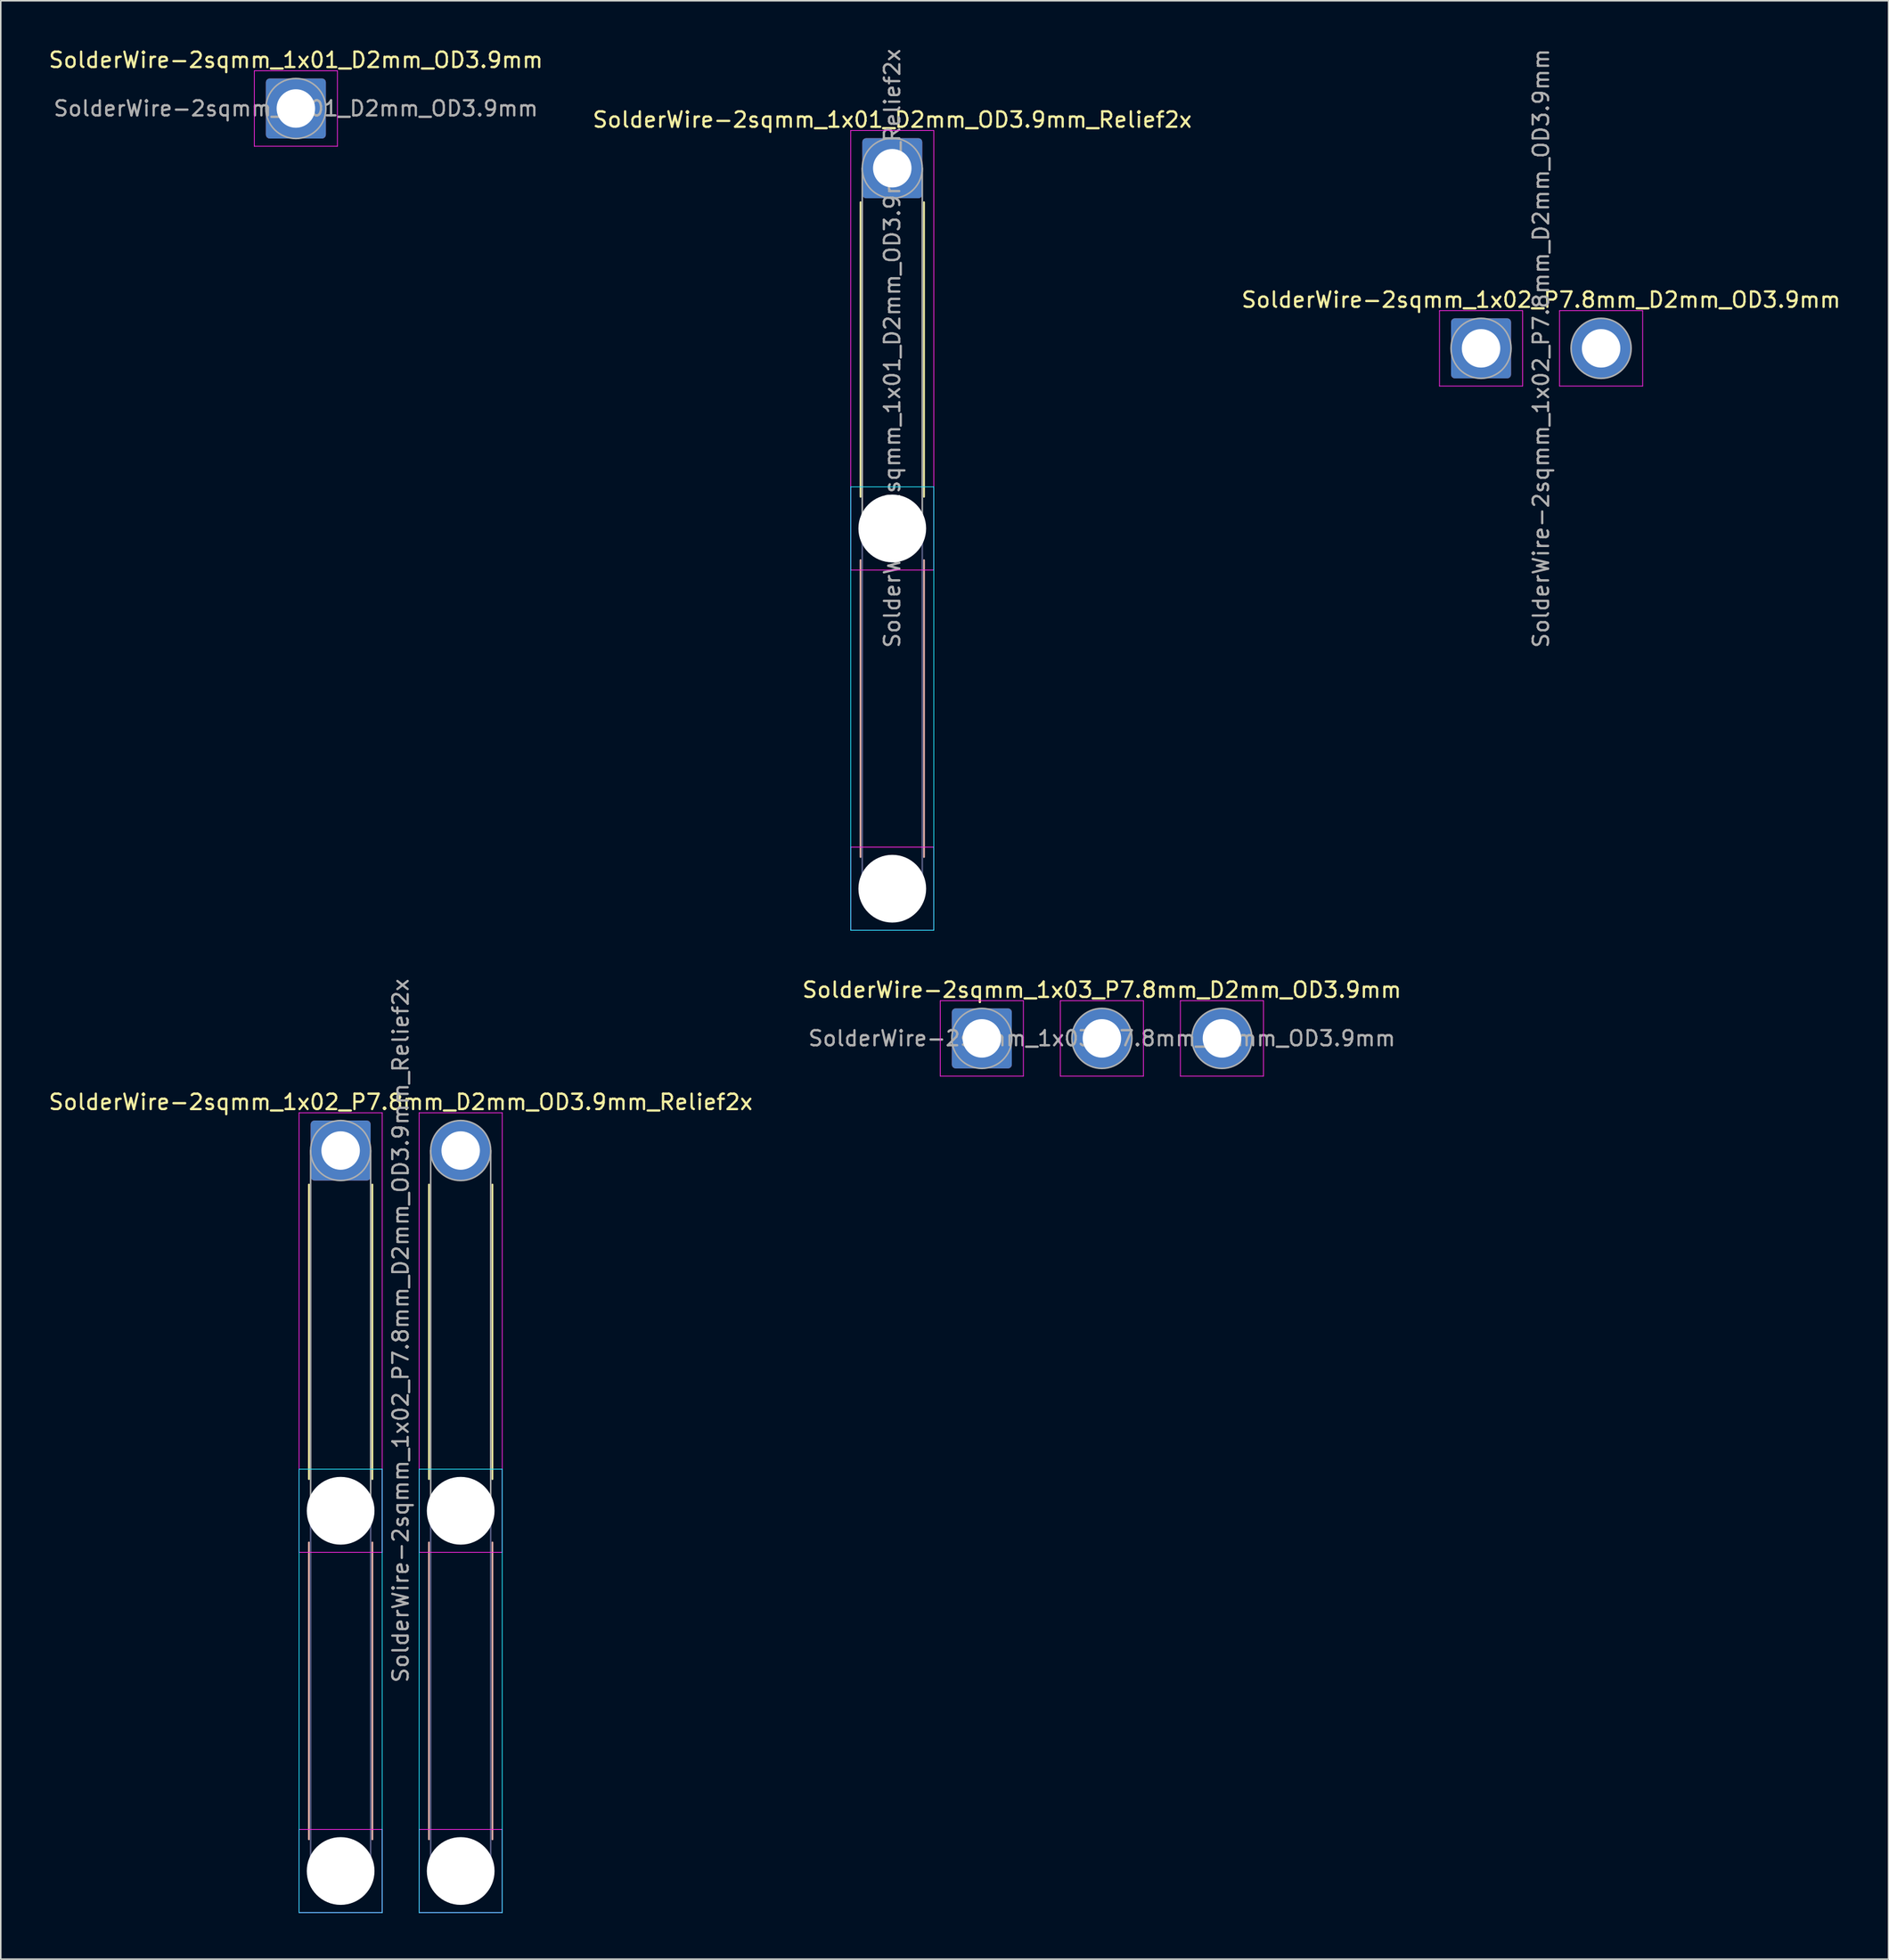
<source format=kicad_pcb>
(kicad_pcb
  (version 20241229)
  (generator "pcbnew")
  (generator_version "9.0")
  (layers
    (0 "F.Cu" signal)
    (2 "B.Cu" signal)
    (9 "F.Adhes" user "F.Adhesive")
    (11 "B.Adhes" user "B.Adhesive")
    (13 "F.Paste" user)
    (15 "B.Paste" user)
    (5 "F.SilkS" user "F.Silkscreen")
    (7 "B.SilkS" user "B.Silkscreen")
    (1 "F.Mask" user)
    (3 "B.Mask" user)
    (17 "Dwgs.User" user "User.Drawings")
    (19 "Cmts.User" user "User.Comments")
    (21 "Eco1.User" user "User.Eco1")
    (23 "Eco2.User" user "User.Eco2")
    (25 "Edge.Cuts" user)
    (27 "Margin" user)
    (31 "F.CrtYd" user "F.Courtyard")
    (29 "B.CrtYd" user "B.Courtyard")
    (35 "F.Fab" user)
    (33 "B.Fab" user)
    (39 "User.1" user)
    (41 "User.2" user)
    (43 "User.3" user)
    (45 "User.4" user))
  (footprint "SolderWire-2sqmm_1x02_P7.8mm_D2mm_OD3.9mm_Relief2x"
    (layer "F.Cu")
    (at 19.082 71.685)
    (property "Reference" "SolderWire-2sqmm_1x02_P7.8mm_D2mm_OD3.9mm_Relief2x" (at 3.9 -3.15 0) (layer "F.SilkS") (effects (font (size 1 1) (thickness 0.15))))
    (attr exclude_from_pos_files exclude_from_bom)
    (fp_line (start -2.06 2.21) (end -2.06 21.34) (stroke (width 0.12) (type solid)) (layer "F.SilkS"))
    (fp_line (start 2.06 2.21) (end 2.06 21.34) (stroke (width 0.12) (type solid)) (layer "F.SilkS"))
    (fp_line (start 5.74 2.21) (end 5.74 21.34) (stroke (width 0.12) (type solid)) (layer "F.SilkS"))
    (fp_line (start 9.86 2.21) (end 9.86 21.34) (stroke (width 0.12) (type solid)) (layer "F.SilkS"))
    (fp_line (start -2.06 25.46) (end -2.06 44.74) (stroke (width 0.12) (type solid)) (layer "B.SilkS"))
    (fp_line (start 2.06 25.46) (end 2.06 44.74) (stroke (width 0.12) (type solid)) (layer "B.SilkS"))
    (fp_line (start 5.74 25.46) (end 5.74 44.74) (stroke (width 0.12) (type solid)) (layer "B.SilkS"))
    (fp_line (start 9.86 25.46) (end 9.86 44.74) (stroke (width 0.12) (type solid)) (layer "B.SilkS"))
    (fp_line (start -2.7 20.7) (end -2.7 49.5) (stroke (width 0.05) (type solid)) (layer "B.CrtYd"))
    (fp_line (start -2.7 49.5) (end 2.7 49.5) (stroke (width 0.05) (type solid)) (layer "B.CrtYd"))
    (fp_line (start 2.7 20.7) (end -2.7 20.7) (stroke (width 0.05) (type solid)) (layer "B.CrtYd"))
    (fp_line (start 2.7 49.5) (end 2.7 20.7) (stroke (width 0.05) (type solid)) (layer "B.CrtYd"))
    (fp_line (start 5.1 20.7) (end 5.1 49.5) (stroke (width 0.05) (type solid)) (layer "B.CrtYd"))
    (fp_line (start 5.1 49.5) (end 10.5 49.5) (stroke (width 0.05) (type solid)) (layer "B.CrtYd"))
    (fp_line (start 10.5 20.7) (end 5.1 20.7) (stroke (width 0.05) (type solid)) (layer "B.CrtYd"))
    (fp_line (start 10.5 49.5) (end 10.5 20.7) (stroke (width 0.05) (type solid)) (layer "B.CrtYd"))
    (fp_line (start -2.7 -2.45) (end -2.7 26.1) (stroke (width 0.05) (type solid)) (layer "F.CrtYd"))
    (fp_line (start -2.7 26.1) (end 2.7 26.1) (stroke (width 0.05) (type solid)) (layer "F.CrtYd"))
    (fp_line (start -2.7 44.1) (end -2.7 49.5) (stroke (width 0.05) (type solid)) (layer "F.CrtYd"))
    (fp_line (start -2.7 49.5) (end 2.7 49.5) (stroke (width 0.05) (type solid)) (layer "F.CrtYd"))
    (fp_line (start 2.7 -2.45) (end -2.7 -2.45) (stroke (width 0.05) (type solid)) (layer "F.CrtYd"))
    (fp_line (start 2.7 26.1) (end 2.7 -2.45) (stroke (width 0.05) (type solid)) (layer "F.CrtYd"))
    (fp_line (start 2.7 44.1) (end -2.7 44.1) (stroke (width 0.05) (type solid)) (layer "F.CrtYd"))
    (fp_line (start 2.7 49.5) (end 2.7 44.1) (stroke (width 0.05) (type solid)) (layer "F.CrtYd"))
    (fp_line (start 5.1 -2.45) (end 5.1 26.1) (stroke (width 0.05) (type solid)) (layer "F.CrtYd"))
    (fp_line (start 5.1 26.1) (end 10.5 26.1) (stroke (width 0.05) (type solid)) (layer "F.CrtYd"))
    (fp_line (start 5.1 44.1) (end 5.1 49.5) (stroke (width 0.05) (type solid)) (layer "F.CrtYd"))
    (fp_line (start 5.1 49.5) (end 10.5 49.5) (stroke (width 0.05) (type solid)) (layer "F.CrtYd"))
    (fp_line (start 10.5 -2.45) (end 5.1 -2.45) (stroke (width 0.05) (type solid)) (layer "F.CrtYd"))
    (fp_line (start 10.5 26.1) (end 10.5 -2.45) (stroke (width 0.05) (type solid)) (layer "F.CrtYd"))
    (fp_line (start 10.5 44.1) (end 5.1 44.1) (stroke (width 0.05) (type solid)) (layer "F.CrtYd"))
    (fp_line (start 10.5 49.5) (end 10.5 44.1) (stroke (width 0.05) (type solid)) (layer "F.CrtYd"))
    (fp_line (start -1.95 23.4) (end -1.95 46.8) (stroke (width 0.1) (type solid)) (layer "B.Fab"))
    (fp_line (start 1.95 23.4) (end 1.95 46.8) (stroke (width 0.1) (type solid)) (layer "B.Fab"))
    (fp_line (start 5.85 23.4) (end 5.85 46.8) (stroke (width 0.1) (type solid)) (layer "B.Fab"))
    (fp_line (start 9.75 23.4) (end 9.75 46.8) (stroke (width 0.1) (type solid)) (layer "B.Fab"))
    (fp_circle (center 0 23.4) (end 1.95 23.4) (stroke (width 0.1) (type solid)) (fill no) (layer "B.Fab"))
    (fp_circle (center 0 46.8) (end 1.95 46.8) (stroke (width 0.1) (type solid)) (fill no) (layer "B.Fab"))
    (fp_circle (center 7.8 23.4) (end 9.75 23.4) (stroke (width 0.1) (type solid)) (fill no) (layer "B.Fab"))
    (fp_circle (center 7.8 46.8) (end 9.75 46.8) (stroke (width 0.1) (type solid)) (fill no) (layer "B.Fab"))
    (fp_line (start -1.95 0) (end -1.95 23.4) (stroke (width 0.1) (type solid)) (layer "F.Fab"))
    (fp_line (start 1.95 0) (end 1.95 23.4) (stroke (width 0.1) (type solid)) (layer "F.Fab"))
    (fp_line (start 5.85 0) (end 5.85 23.4) (stroke (width 0.1) (type solid)) (layer "F.Fab"))
    (fp_line (start 9.75 0) (end 9.75 23.4) (stroke (width 0.1) (type solid)) (layer "F.Fab"))
    (fp_circle (center 0 0) (end 1.95 0) (stroke (width 0.1) (type solid)) (fill no) (layer "F.Fab"))
    (fp_circle (center 0 23.4) (end 1.95 23.4) (stroke (width 0.1) (type solid)) (fill no) (layer "F.Fab"))
    (fp_circle (center 0 46.8) (end 1.95 46.8) (stroke (width 0.1) (type solid)) (fill no) (layer "F.Fab"))
    (fp_circle (center 7.8 0) (end 9.75 0) (stroke (width 0.1) (type solid)) (fill no) (layer "F.Fab"))
    (fp_circle (center 7.8 23.4) (end 9.75 23.4) (stroke (width 0.1) (type solid)) (fill no) (layer "F.Fab"))
    (fp_circle (center 7.8 46.8) (end 9.75 46.8) (stroke (width 0.1) (type solid)) (fill no) (layer "F.Fab"))
    (fp_text user "${REFERENCE}" (at 3.9 11.7 90) (layer "F.Fab") (effects (font (size 1 1) (thickness 0.15))))
    (pad "" np_thru_hole circle (at 0 23.4) (size 4.4 4.4) (drill 4.4) (layers "*.Cu" "*.Mask"))
    (pad "" np_thru_hole circle (at 0 46.8) (size 4.4 4.4) (drill 4.4) (layers "*.Cu" "*.Mask"))
    (pad "" np_thru_hole circle (at 7.8 23.4) (size 4.4 4.4) (drill 4.4) (layers "*.Cu" "*.Mask"))
    (pad "" np_thru_hole circle (at 7.8 46.8) (size 4.4 4.4) (drill 4.4) (layers "*.Cu" "*.Mask"))
    (pad "1" thru_hole roundrect (at 0 0) (size 3.9 3.9) (drill 2.5) (layers "*.Cu" "*.Mask") (roundrect_rratio 0.064))
    (pad "2" thru_hole circle (at 7.8 0) (size 3.9 3.9) (drill 2.5) (layers "*.Cu" "*.Mask")))
  (footprint "SolderWire-2sqmm_1x01_D2mm_OD3.9mm"
    (layer "F.Cu")
    (at 16.173 3.998)
    (property "Reference" "SolderWire-2sqmm_1x01_D2mm_OD3.9mm" (at 0 -3.15 0) (layer "F.SilkS") (effects (font (size 1 1) (thickness 0.15))))
    (attr exclude_from_pos_files exclude_from_bom)
    (fp_line (start -2.7 -2.45) (end -2.7 2.45) (stroke (width 0.05) (type solid)) (layer "F.CrtYd"))
    (fp_line (start -2.7 2.45) (end 2.7 2.45) (stroke (width 0.05) (type solid)) (layer "F.CrtYd"))
    (fp_line (start 2.7 -2.45) (end -2.7 -2.45) (stroke (width 0.05) (type solid)) (layer "F.CrtYd"))
    (fp_line (start 2.7 2.45) (end 2.7 -2.45) (stroke (width 0.05) (type solid)) (layer "F.CrtYd"))
    (fp_circle (center 0 0) (end 1.95 0) (stroke (width 0.1) (type solid)) (fill no) (layer "F.Fab"))
    (fp_text user "${REFERENCE}" (at 0 0 0) (layer "F.Fab") (effects (font (size 0.98 0.98) (thickness 0.15))))
    (pad "1" thru_hole roundrect (at 0 0) (size 3.9 3.9) (drill 2.5) (layers "*.Cu" "*.Mask") (roundrect_rratio 0.064)))
  (footprint "SolderWire-2sqmm_1x01_D2mm_OD3.9mm_Relief2x"
    (layer "F.Cu")
    (at 54.923 7.877)
    (property "Reference" "SolderWire-2sqmm_1x01_D2mm_OD3.9mm_Relief2x" (at 0 -3.15 0) (layer "F.SilkS") (effects (font (size 1 1) (thickness 0.15))))
    (attr exclude_from_pos_files exclude_from_bom)
    (fp_line (start -2.06 2.21) (end -2.06 21.34) (stroke (width 0.12) (type solid)) (layer "F.SilkS"))
    (fp_line (start 2.06 2.21) (end 2.06 21.34) (stroke (width 0.12) (type solid)) (layer "F.SilkS"))
    (fp_line (start -2.06 25.46) (end -2.06 44.74) (stroke (width 0.12) (type solid)) (layer "B.SilkS"))
    (fp_line (start 2.06 25.46) (end 2.06 44.74) (stroke (width 0.12) (type solid)) (layer "B.SilkS"))
    (fp_line (start -2.7 20.7) (end -2.7 49.5) (stroke (width 0.05) (type solid)) (layer "B.CrtYd"))
    (fp_line (start -2.7 49.5) (end 2.7 49.5) (stroke (width 0.05) (type solid)) (layer "B.CrtYd"))
    (fp_line (start 2.7 20.7) (end -2.7 20.7) (stroke (width 0.05) (type solid)) (layer "B.CrtYd"))
    (fp_line (start 2.7 49.5) (end 2.7 20.7) (stroke (width 0.05) (type solid)) (layer "B.CrtYd"))
    (fp_line (start -2.7 -2.45) (end -2.7 26.1) (stroke (width 0.05) (type solid)) (layer "F.CrtYd"))
    (fp_line (start -2.7 26.1) (end 2.7 26.1) (stroke (width 0.05) (type solid)) (layer "F.CrtYd"))
    (fp_line (start -2.7 44.1) (end -2.7 49.5) (stroke (width 0.05) (type solid)) (layer "F.CrtYd"))
    (fp_line (start -2.7 49.5) (end 2.7 49.5) (stroke (width 0.05) (type solid)) (layer "F.CrtYd"))
    (fp_line (start 2.7 -2.45) (end -2.7 -2.45) (stroke (width 0.05) (type solid)) (layer "F.CrtYd"))
    (fp_line (start 2.7 26.1) (end 2.7 -2.45) (stroke (width 0.05) (type solid)) (layer "F.CrtYd"))
    (fp_line (start 2.7 44.1) (end -2.7 44.1) (stroke (width 0.05) (type solid)) (layer "F.CrtYd"))
    (fp_line (start 2.7 49.5) (end 2.7 44.1) (stroke (width 0.05) (type solid)) (layer "F.CrtYd"))
    (fp_line (start -1.95 23.4) (end -1.95 46.8) (stroke (width 0.1) (type solid)) (layer "B.Fab"))
    (fp_line (start 1.95 23.4) (end 1.95 46.8) (stroke (width 0.1) (type solid)) (layer "B.Fab"))
    (fp_circle (center 0 23.4) (end 1.95 23.4) (stroke (width 0.1) (type solid)) (fill no) (layer "B.Fab"))
    (fp_circle (center 0 46.8) (end 1.95 46.8) (stroke (width 0.1) (type solid)) (fill no) (layer "B.Fab"))
    (fp_line (start -1.95 0) (end -1.95 23.4) (stroke (width 0.1) (type solid)) (layer "F.Fab"))
    (fp_line (start 1.95 0) (end 1.95 23.4) (stroke (width 0.1) (type solid)) (layer "F.Fab"))
    (fp_circle (center 0 0) (end 1.95 0) (stroke (width 0.1) (type solid)) (fill no) (layer "F.Fab"))
    (fp_circle (center 0 23.4) (end 1.95 23.4) (stroke (width 0.1) (type solid)) (fill no) (layer "F.Fab"))
    (fp_circle (center 0 46.8) (end 1.95 46.8) (stroke (width 0.1) (type solid)) (fill no) (layer "F.Fab"))
    (fp_text user "${REFERENCE}" (at 0 11.7 90) (layer "F.Fab") (effects (font (size 1 1) (thickness 0.15))))
    (pad "" np_thru_hole circle (at 0 23.4) (size 4.4 4.4) (drill 4.4) (layers "*.Cu" "*.Mask"))
    (pad "" np_thru_hole circle (at 0 46.8) (size 4.4 4.4) (drill 4.4) (layers "*.Cu" "*.Mask"))
    (pad "1" thru_hole roundrect (at 0 0) (size 3.9 3.9) (drill 2.5) (layers "*.Cu" "*.Mask") (roundrect_rratio 0.064)))
  (footprint "SolderWire-2sqmm_1x02_P7.8mm_D2mm_OD3.9mm"
    (layer "F.Cu")
    (at 93.177 19.577)
    (property "Reference" "SolderWire-2sqmm_1x02_P7.8mm_D2mm_OD3.9mm" (at 3.9 -3.15 0) (layer "F.SilkS") (effects (font (size 1 1) (thickness 0.15))))
    (attr exclude_from_pos_files exclude_from_bom)
    (fp_line (start -2.7 -2.45) (end -2.7 2.45) (stroke (width 0.05) (type solid)) (layer "F.CrtYd"))
    (fp_line (start -2.7 2.45) (end 2.7 2.45) (stroke (width 0.05) (type solid)) (layer "F.CrtYd"))
    (fp_line (start 2.7 -2.45) (end -2.7 -2.45) (stroke (width 0.05) (type solid)) (layer "F.CrtYd"))
    (fp_line (start 2.7 2.45) (end 2.7 -2.45) (stroke (width 0.05) (type solid)) (layer "F.CrtYd"))
    (fp_line (start 5.1 -2.45) (end 5.1 2.45) (stroke (width 0.05) (type solid)) (layer "F.CrtYd"))
    (fp_line (start 5.1 2.45) (end 10.5 2.45) (stroke (width 0.05) (type solid)) (layer "F.CrtYd"))
    (fp_line (start 10.5 -2.45) (end 5.1 -2.45) (stroke (width 0.05) (type solid)) (layer "F.CrtYd"))
    (fp_line (start 10.5 2.45) (end 10.5 -2.45) (stroke (width 0.05) (type solid)) (layer "F.CrtYd"))
    (fp_circle (center 0 0) (end 1.95 0) (stroke (width 0.1) (type solid)) (fill no) (layer "F.Fab"))
    (fp_circle (center 7.8 0) (end 9.75 0) (stroke (width 0.1) (type solid)) (fill no) (layer "F.Fab"))
    (fp_text user "${REFERENCE}" (at 3.9 0 90) (layer "F.Fab") (effects (font (size 1 1) (thickness 0.15))))
    (pad "1" thru_hole roundrect (at 0 0) (size 3.9 3.9) (drill 2.5) (layers "*.Cu" "*.Mask") (roundrect_rratio 0.064))
    (pad "2" thru_hole circle (at 7.8 0) (size 3.9 3.9) (drill 2.5) (layers "*.Cu" "*.Mask")))
  (footprint "SolderWire-2sqmm_1x03_P7.8mm_D2mm_OD3.9mm"
    (layer "F.Cu")
    (at 60.742 64.401)
    (property "Reference" "SolderWire-2sqmm_1x03_P7.8mm_D2mm_OD3.9mm" (at 7.8 -3.15 0) (layer "F.SilkS") (effects (font (size 1 1) (thickness 0.15))))
    (attr exclude_from_pos_files exclude_from_bom)
    (fp_line (start -2.7 -2.45) (end -2.7 2.45) (stroke (width 0.05) (type solid)) (layer "F.CrtYd"))
    (fp_line (start -2.7 2.45) (end 2.7 2.45) (stroke (width 0.05) (type solid)) (layer "F.CrtYd"))
    (fp_line (start 2.7 -2.45) (end -2.7 -2.45) (stroke (width 0.05) (type solid)) (layer "F.CrtYd"))
    (fp_line (start 2.7 2.45) (end 2.7 -2.45) (stroke (width 0.05) (type solid)) (layer "F.CrtYd"))
    (fp_line (start 5.1 -2.45) (end 5.1 2.45) (stroke (width 0.05) (type solid)) (layer "F.CrtYd"))
    (fp_line (start 5.1 2.45) (end 10.5 2.45) (stroke (width 0.05) (type solid)) (layer "F.CrtYd"))
    (fp_line (start 10.5 -2.45) (end 5.1 -2.45) (stroke (width 0.05) (type solid)) (layer "F.CrtYd"))
    (fp_line (start 10.5 2.45) (end 10.5 -2.45) (stroke (width 0.05) (type solid)) (layer "F.CrtYd"))
    (fp_line (start 12.9 -2.45) (end 12.9 2.45) (stroke (width 0.05) (type solid)) (layer "F.CrtYd"))
    (fp_line (start 12.9 2.45) (end 18.3 2.45) (stroke (width 0.05) (type solid)) (layer "F.CrtYd"))
    (fp_line (start 18.3 -2.45) (end 12.9 -2.45) (stroke (width 0.05) (type solid)) (layer "F.CrtYd"))
    (fp_line (start 18.3 2.45) (end 18.3 -2.45) (stroke (width 0.05) (type solid)) (layer "F.CrtYd"))
    (fp_circle (center 0 0) (end 1.95 0) (stroke (width 0.1) (type solid)) (fill no) (layer "F.Fab"))
    (fp_circle (center 7.8 0) (end 9.75 0) (stroke (width 0.1) (type solid)) (fill no) (layer "F.Fab"))
    (fp_circle (center 15.6 0) (end 17.55 0) (stroke (width 0.1) (type solid)) (fill no) (layer "F.Fab"))
    (fp_text user "${REFERENCE}" (at 7.8 0 0) (layer "F.Fab") (effects (font (size 0.98 0.98) (thickness 0.15))))
    (pad "1" thru_hole roundrect (at 0 0) (size 3.9 3.9) (drill 2.5) (layers "*.Cu" "*.Mask") (roundrect_rratio 0.064))
    (pad "2" thru_hole circle (at 7.8 0) (size 3.9 3.9) (drill 2.5) (layers "*.Cu" "*.Mask"))
    (pad "3" thru_hole circle (at 15.6 0) (size 3.9 3.9) (drill 2.5) (layers "*.Cu" "*.Mask")))
  (gr_rect
    (start -3 -3)
    (end 119.655 124.21)
    (stroke (width 0.1) (type default))
    (fill no)
    (layer "Edge.Cuts")))
</source>
